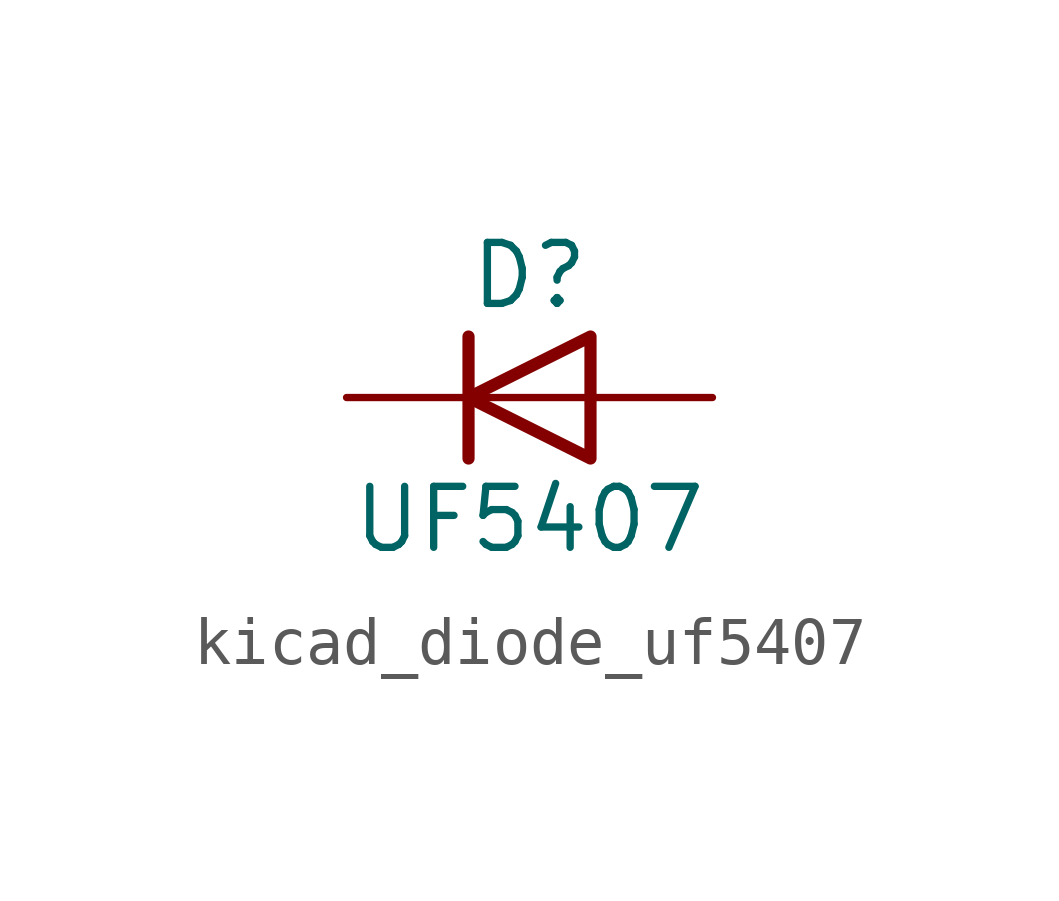
<source format=kicad_sym>
(kicad_symbol_lib
  (version 20220914)
  (generator kicad_symbol_editor)
  (symbol "kicad_diode_uf5407"
    (pin_numbers hide)
    (pin_names hide)
    (property "Reference" "D"
      (at 0 2.54 0)
      (effects (font (size 1.27 1.27))))
    (property "Value" "UF5407"
      (at 0 -2.54 0)
      (effects (font (size 1.27 1.27))))
    (symbol "kicad_diode_uf5407_0_1"
      (polyline (pts (xy -1.27 1.27) (xy -1.27 -1.27)) (stroke (width 0.254) (type default)) (fill (type none)))
      (polyline (pts (xy 1.27 0) (xy -1.27 0)) (stroke (width 0) (type default)) (fill (type none)))
      (polyline (pts (xy 1.27 1.27) (xy 1.27 -1.27) (xy -1.27 0) (xy 1.27 1.27)) (stroke (width 0.254) (type default)) (fill (type none))))
    (symbol "kicad_diode_uf5407_1_1"
      (pin passive line (at -3.81 0 0) (length 2.54) (name "K" (effects (font (size 1.27 1.27)))) (number "1" (effects (font (size 1.27 1.27)))))
      (pin passive line (at 3.81 0 180) (length 2.54) (name "A" (effects (font (size 1.27 1.27)))) (number "2" (effects (font (size 1.27 1.27))))))))
</source>
